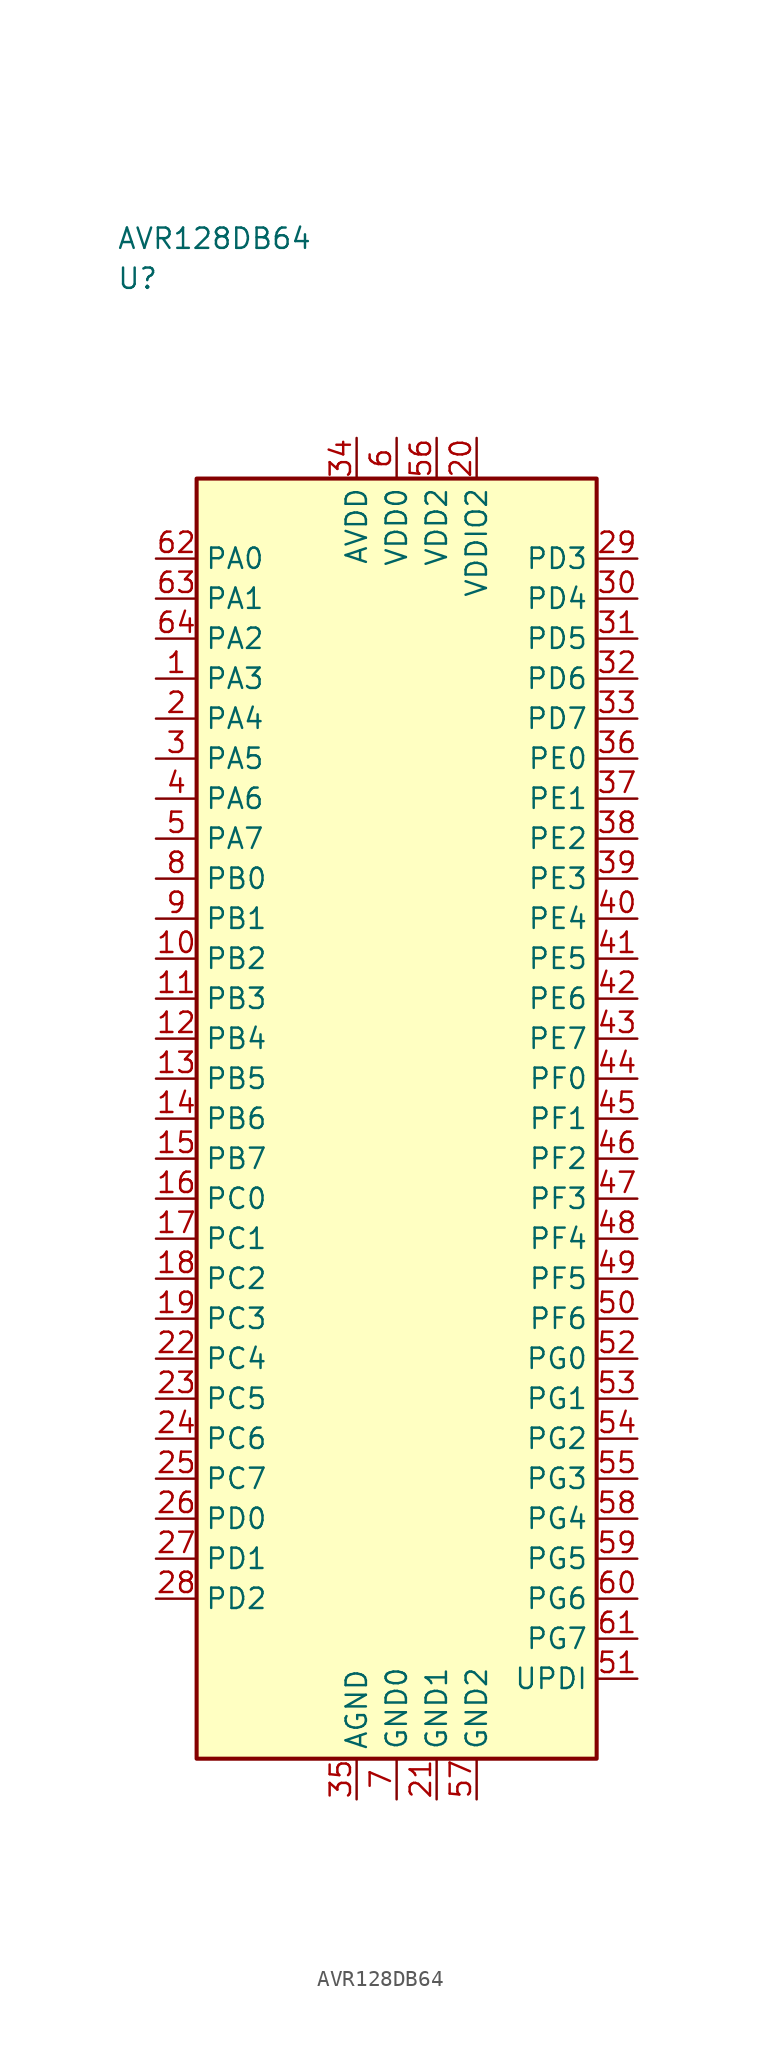
<source format=kicad_sym>
(kicad_symbol_lib
  (version 20241025)
  (generator "kicad_symbol_editor")
  (generator_version "8.0")
  (symbol "AVR128DB64"
    (property "Reference" "U"
      (at -17.5 52.5 0)
      (effects (font (size 1.27 1.27)) (justify left)))
    (property "Value" "AVR128DB64"
      (at -17.5 55.0 0)
      (effects (font (size 1.27 1.27)) (justify left)))
    (symbol "AVR128DB64_0_1"
      (rectangle (start -12.5 40.0) (end 12.5 -40.0) (stroke (width 0.254) (type default)) (fill (type background))))
    (symbol "AVR128DB64_1_1"
      (pin bidirectional line (at -15.04 27.5 0.0) (length 2.54) (name "PA3" (effects (font (size 1.27 1.27)))) (number "1" (effects (font (size 1.27 1.27)))))
      (pin bidirectional line (at -15.04 25.0 0.0) (length 2.54) (name "PA4" (effects (font (size 1.27 1.27)))) (number "2" (effects (font (size 1.27 1.27)))))
      (pin bidirectional line (at -15.04 22.5 0.0) (length 2.54) (name "PA5" (effects (font (size 1.27 1.27)))) (number "3" (effects (font (size 1.27 1.27)))))
      (pin bidirectional line (at -15.04 20.0 0.0) (length 2.54) (name "PA6" (effects (font (size 1.27 1.27)))) (number "4" (effects (font (size 1.27 1.27)))))
      (pin bidirectional line (at -15.04 17.5 0.0) (length 2.54) (name "PA7" (effects (font (size 1.27 1.27)))) (number "5" (effects (font (size 1.27 1.27)))))
      (pin power_in line (at 0.0 42.54 270.0) (length 2.54) (name "VDD0" (effects (font (size 1.27 1.27)))) (number "6" (effects (font (size 1.27 1.27)))))
      (pin passive line (at 0.0 -42.54 90.0) (length 2.54) (name "GND0" (effects (font (size 1.27 1.27)))) (number "7" (effects (font (size 1.27 1.27)))))
      (pin bidirectional line (at -15.04 15.0 0.0) (length 2.54) (name "PB0" (effects (font (size 1.27 1.27)))) (number "8" (effects (font (size 1.27 1.27)))))
      (pin bidirectional line (at -15.04 12.5 0.0) (length 2.54) (name "PB1" (effects (font (size 1.27 1.27)))) (number "9" (effects (font (size 1.27 1.27)))))
      (pin bidirectional line (at -15.04 10.0 0.0) (length 2.54) (name "PB2" (effects (font (size 1.27 1.27)))) (number "10" (effects (font (size 1.27 1.27)))))
      (pin bidirectional line (at -15.04 7.5 0.0) (length 2.54) (name "PB3" (effects (font (size 1.27 1.27)))) (number "11" (effects (font (size 1.27 1.27)))))
      (pin bidirectional line (at -15.04 5.0 0.0) (length 2.54) (name "PB4" (effects (font (size 1.27 1.27)))) (number "12" (effects (font (size 1.27 1.27)))))
      (pin bidirectional line (at -15.04 2.5 0.0) (length 2.54) (name "PB5" (effects (font (size 1.27 1.27)))) (number "13" (effects (font (size 1.27 1.27)))))
      (pin bidirectional line (at -15.04 0.0 0.0) (length 2.54) (name "PB6" (effects (font (size 1.27 1.27)))) (number "14" (effects (font (size 1.27 1.27)))))
      (pin bidirectional line (at -15.04 -2.5 0.0) (length 2.54) (name "PB7" (effects (font (size 1.27 1.27)))) (number "15" (effects (font (size 1.27 1.27)))))
      (pin bidirectional line (at -15.04 -5.0 0.0) (length 2.54) (name "PC0" (effects (font (size 1.27 1.27)))) (number "16" (effects (font (size 1.27 1.27)))))
      (pin bidirectional line (at -15.04 -7.5 0.0) (length 2.54) (name "PC1" (effects (font (size 1.27 1.27)))) (number "17" (effects (font (size 1.27 1.27)))))
      (pin bidirectional line (at -15.04 -10.0 0.0) (length 2.54) (name "PC2" (effects (font (size 1.27 1.27)))) (number "18" (effects (font (size 1.27 1.27)))))
      (pin bidirectional line (at -15.04 -12.5 0.0) (length 2.54) (name "PC3" (effects (font (size 1.27 1.27)))) (number "19" (effects (font (size 1.27 1.27)))))
      (pin power_in line (at 5.0 42.54 270.0) (length 2.54) (name "VDDIO2" (effects (font (size 1.27 1.27)))) (number "20" (effects (font (size 1.27 1.27)))))
      (pin passive line (at 2.5 -42.54 90.0) (length 2.54) (name "GND1" (effects (font (size 1.27 1.27)))) (number "21" (effects (font (size 1.27 1.27)))))
      (pin bidirectional line (at -15.04 -15.0 0.0) (length 2.54) (name "PC4" (effects (font (size 1.27 1.27)))) (number "22" (effects (font (size 1.27 1.27)))))
      (pin bidirectional line (at -15.04 -17.5 0.0) (length 2.54) (name "PC5" (effects (font (size 1.27 1.27)))) (number "23" (effects (font (size 1.27 1.27)))))
      (pin bidirectional line (at -15.04 -20.0 0.0) (length 2.54) (name "PC6" (effects (font (size 1.27 1.27)))) (number "24" (effects (font (size 1.27 1.27)))))
      (pin bidirectional line (at -15.04 -22.5 0.0) (length 2.54) (name "PC7" (effects (font (size 1.27 1.27)))) (number "25" (effects (font (size 1.27 1.27)))))
      (pin bidirectional line (at -15.04 -25.0 0.0) (length 2.54) (name "PD0" (effects (font (size 1.27 1.27)))) (number "26" (effects (font (size 1.27 1.27)))))
      (pin bidirectional line (at -15.04 -27.5 0.0) (length 2.54) (name "PD1" (effects (font (size 1.27 1.27)))) (number "27" (effects (font (size 1.27 1.27)))))
      (pin bidirectional line (at -15.04 -30.0 0.0) (length 2.54) (name "PD2" (effects (font (size 1.27 1.27)))) (number "28" (effects (font (size 1.27 1.27)))))
      (pin bidirectional line (at 15.04 35.0 180.0) (length 2.54) (name "PD3" (effects (font (size 1.27 1.27)))) (number "29" (effects (font (size 1.27 1.27)))))
      (pin bidirectional line (at 15.04 32.5 180.0) (length 2.54) (name "PD4" (effects (font (size 1.27 1.27)))) (number "30" (effects (font (size 1.27 1.27)))))
      (pin bidirectional line (at 15.04 30.0 180.0) (length 2.54) (name "PD5" (effects (font (size 1.27 1.27)))) (number "31" (effects (font (size 1.27 1.27)))))
      (pin bidirectional line (at 15.04 27.5 180.0) (length 2.54) (name "PD6" (effects (font (size 1.27 1.27)))) (number "32" (effects (font (size 1.27 1.27)))))
      (pin bidirectional line (at 15.04 25.0 180.0) (length 2.54) (name "PD7" (effects (font (size 1.27 1.27)))) (number "33" (effects (font (size 1.27 1.27)))))
      (pin power_in line (at -2.5 42.54 270.0) (length 2.54) (name "AVDD" (effects (font (size 1.27 1.27)))) (number "34" (effects (font (size 1.27 1.27)))))
      (pin passive line (at -2.5 -42.54 90.0) (length 2.54) (name "AGND" (effects (font (size 1.27 1.27)))) (number "35" (effects (font (size 1.27 1.27)))))
      (pin bidirectional line (at 15.04 22.5 180.0) (length 2.54) (name "PE0" (effects (font (size 1.27 1.27)))) (number "36" (effects (font (size 1.27 1.27)))))
      (pin bidirectional line (at 15.04 20.0 180.0) (length 2.54) (name "PE1" (effects (font (size 1.27 1.27)))) (number "37" (effects (font (size 1.27 1.27)))))
      (pin bidirectional line (at 15.04 17.5 180.0) (length 2.54) (name "PE2" (effects (font (size 1.27 1.27)))) (number "38" (effects (font (size 1.27 1.27)))))
      (pin bidirectional line (at 15.04 15.0 180.0) (length 2.54) (name "PE3" (effects (font (size 1.27 1.27)))) (number "39" (effects (font (size 1.27 1.27)))))
      (pin bidirectional line (at 15.04 12.5 180.0) (length 2.54) (name "PE4" (effects (font (size 1.27 1.27)))) (number "40" (effects (font (size 1.27 1.27)))))
      (pin bidirectional line (at 15.04 10.0 180.0) (length 2.54) (name "PE5" (effects (font (size 1.27 1.27)))) (number "41" (effects (font (size 1.27 1.27)))))
      (pin bidirectional line (at 15.04 7.5 180.0) (length 2.54) (name "PE6" (effects (font (size 1.27 1.27)))) (number "42" (effects (font (size 1.27 1.27)))))
      (pin bidirectional line (at 15.04 5.0 180.0) (length 2.54) (name "PE7" (effects (font (size 1.27 1.27)))) (number "43" (effects (font (size 1.27 1.27)))))
      (pin bidirectional line (at 15.04 2.5 180.0) (length 2.54) (name "PF0" (effects (font (size 1.27 1.27)))) (number "44" (effects (font (size 1.27 1.27)))))
      (pin bidirectional line (at 15.04 0.0 180.0) (length 2.54) (name "PF1" (effects (font (size 1.27 1.27)))) (number "45" (effects (font (size 1.27 1.27)))))
      (pin bidirectional line (at 15.04 -2.5 180.0) (length 2.54) (name "PF2" (effects (font (size 1.27 1.27)))) (number "46" (effects (font (size 1.27 1.27)))))
      (pin bidirectional line (at 15.04 -5.0 180.0) (length 2.54) (name "PF3" (effects (font (size 1.27 1.27)))) (number "47" (effects (font (size 1.27 1.27)))))
      (pin bidirectional line (at 15.04 -7.5 180.0) (length 2.54) (name "PF4" (effects (font (size 1.27 1.27)))) (number "48" (effects (font (size 1.27 1.27)))))
      (pin bidirectional line (at 15.04 -10.0 180.0) (length 2.54) (name "PF5" (effects (font (size 1.27 1.27)))) (number "49" (effects (font (size 1.27 1.27)))))
      (pin bidirectional line (at 15.04 -12.5 180.0) (length 2.54) (name "PF6" (effects (font (size 1.27 1.27)))) (number "50" (effects (font (size 1.27 1.27)))))
      (pin bidirectional line (at 15.04 -35.0 180.0) (length 2.54) (name "UPDI" (effects (font (size 1.27 1.27)))) (number "51" (effects (font (size 1.27 1.27)))))
      (pin bidirectional line (at 15.04 -15.0 180.0) (length 2.54) (name "PG0" (effects (font (size 1.27 1.27)))) (number "52" (effects (font (size 1.27 1.27)))))
      (pin bidirectional line (at 15.04 -17.5 180.0) (length 2.54) (name "PG1" (effects (font (size 1.27 1.27)))) (number "53" (effects (font (size 1.27 1.27)))))
      (pin bidirectional line (at 15.04 -20.0 180.0) (length 2.54) (name "PG2" (effects (font (size 1.27 1.27)))) (number "54" (effects (font (size 1.27 1.27)))))
      (pin bidirectional line (at 15.04 -22.5 180.0) (length 2.54) (name "PG3" (effects (font (size 1.27 1.27)))) (number "55" (effects (font (size 1.27 1.27)))))
      (pin power_in line (at 2.5 42.54 270.0) (length 2.54) (name "VDD2" (effects (font (size 1.27 1.27)))) (number "56" (effects (font (size 1.27 1.27)))))
      (pin passive line (at 5.0 -42.54 90.0) (length 2.54) (name "GND2" (effects (font (size 1.27 1.27)))) (number "57" (effects (font (size 1.27 1.27)))))
      (pin bidirectional line (at 15.04 -25.0 180.0) (length 2.54) (name "PG4" (effects (font (size 1.27 1.27)))) (number "58" (effects (font (size 1.27 1.27)))))
      (pin bidirectional line (at 15.04 -27.5 180.0) (length 2.54) (name "PG5" (effects (font (size 1.27 1.27)))) (number "59" (effects (font (size 1.27 1.27)))))
      (pin bidirectional line (at 15.04 -30.0 180.0) (length 2.54) (name "PG6" (effects (font (size 1.27 1.27)))) (number "60" (effects (font (size 1.27 1.27)))))
      (pin bidirectional line (at 15.04 -32.5 180.0) (length 2.54) (name "PG7" (effects (font (size 1.27 1.27)))) (number "61" (effects (font (size 1.27 1.27)))))
      (pin bidirectional line (at -15.04 35.0 0.0) (length 2.54) (name "PA0" (effects (font (size 1.27 1.27)))) (number "62" (effects (font (size 1.27 1.27)))))
      (pin bidirectional line (at -15.04 32.5 0.0) (length 2.54) (name "PA1" (effects (font (size 1.27 1.27)))) (number "63" (effects (font (size 1.27 1.27)))))
      (pin bidirectional line (at -15.04 30.0 0.0) (length 2.54) (name "PA2" (effects (font (size 1.27 1.27)))) (number "64" (effects (font (size 1.27 1.27))))))))
</source>
